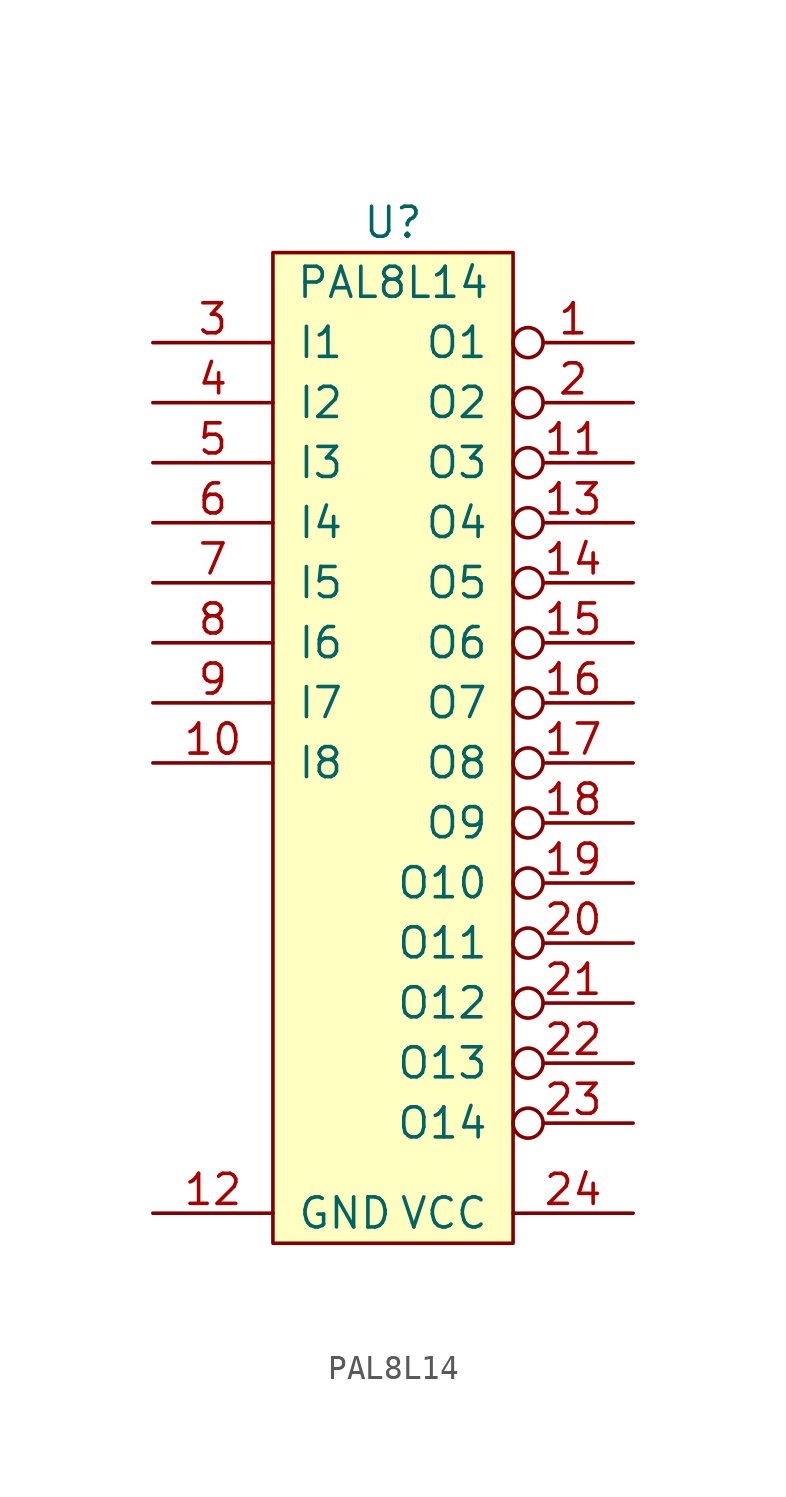
<source format=kicad_sym>
(kicad_symbol_lib
  (version 20231120)
  (generator "kicad_symbol_editor")
  (generator_version "8.0")
  (symbol "PAL8L14"
    (pin_names
      (offset 1.016))
    (property "Reference" "U"
      (at 0 1.27 0)
      (effects (font (size 1.27 1.27))))
    (property "Value" "PAL8L14"
      (at 0 -1.27 0)
      (effects (font (size 1.27 1.27))))
    (symbol "PAL8L14_0_1"
      (rectangle (start -5.08 0) (end 5.08 -41.91) (stroke (width 0) (type solid)) (fill (type background))))
    (symbol "PAL8L14_1_1"
      (pin output inverted (at 10.16 -3.81 180) (length 5.08) (name "O1" (effects (font (size 1.27 1.27)))) (number "1" (effects (font (size 1.27 1.27)))))
      (pin input line (at -10.16 -21.59 0) (length 5.08) (name "I8" (effects (font (size 1.27 1.27)))) (number "10" (effects (font (size 1.27 1.27)))))
      (pin output inverted (at 10.16 -8.89 180) (length 5.08) (name "O3" (effects (font (size 1.27 1.27)))) (number "11" (effects (font (size 1.27 1.27)))))
      (pin power_in line (at -10.16 -40.64 0) (length 5.08) (name "GND" (effects (font (size 1.27 1.27)))) (number "12" (effects (font (size 1.27 1.27)))))
      (pin output inverted (at 10.16 -11.43 180) (length 5.08) (name "O4" (effects (font (size 1.27 1.27)))) (number "13" (effects (font (size 1.27 1.27)))))
      (pin output inverted (at 10.16 -13.97 180) (length 5.08) (name "O5" (effects (font (size 1.27 1.27)))) (number "14" (effects (font (size 1.27 1.27)))))
      (pin output inverted (at 10.16 -16.51 180) (length 5.08) (name "O6" (effects (font (size 1.27 1.27)))) (number "15" (effects (font (size 1.27 1.27)))))
      (pin output inverted (at 10.16 -19.05 180) (length 5.08) (name "O7" (effects (font (size 1.27 1.27)))) (number "16" (effects (font (size 1.27 1.27)))))
      (pin output inverted (at 10.16 -21.59 180) (length 5.08) (name "O8" (effects (font (size 1.27 1.27)))) (number "17" (effects (font (size 1.27 1.27)))))
      (pin output inverted (at 10.16 -24.13 180) (length 5.08) (name "O9" (effects (font (size 1.27 1.27)))) (number "18" (effects (font (size 1.27 1.27)))))
      (pin output inverted (at 10.16 -26.67 180) (length 5.08) (name "O10" (effects (font (size 1.27 1.27)))) (number "19" (effects (font (size 1.27 1.27)))))
      (pin output inverted (at 10.16 -6.35 180) (length 5.08) (name "O2" (effects (font (size 1.27 1.27)))) (number "2" (effects (font (size 1.27 1.27)))))
      (pin output inverted (at 10.16 -29.21 180) (length 5.08) (name "O11" (effects (font (size 1.27 1.27)))) (number "20" (effects (font (size 1.27 1.27)))))
      (pin output inverted (at 10.16 -31.75 180) (length 5.08) (name "O12" (effects (font (size 1.27 1.27)))) (number "21" (effects (font (size 1.27 1.27)))))
      (pin output inverted (at 10.16 -34.29 180) (length 5.08) (name "O13" (effects (font (size 1.27 1.27)))) (number "22" (effects (font (size 1.27 1.27)))))
      (pin output inverted (at 10.16 -36.83 180) (length 5.08) (name "O14" (effects (font (size 1.27 1.27)))) (number "23" (effects (font (size 1.27 1.27)))))
      (pin power_in line (at 10.16 -40.64 180) (length 5.08) (name "VCC" (effects (font (size 1.27 1.27)))) (number "24" (effects (font (size 1.27 1.27)))))
      (pin input line (at -10.16 -3.81 0) (length 5.08) (name "I1" (effects (font (size 1.27 1.27)))) (number "3" (effects (font (size 1.27 1.27)))))
      (pin input line (at -10.16 -6.35 0) (length 5.08) (name "I2" (effects (font (size 1.27 1.27)))) (number "4" (effects (font (size 1.27 1.27)))))
      (pin input line (at -10.16 -8.89 0) (length 5.08) (name "I3" (effects (font (size 1.27 1.27)))) (number "5" (effects (font (size 1.27 1.27)))))
      (pin input line (at -10.16 -11.43 0) (length 5.08) (name "I4" (effects (font (size 1.27 1.27)))) (number "6" (effects (font (size 1.27 1.27)))))
      (pin input line (at -10.16 -13.97 0) (length 5.08) (name "I5" (effects (font (size 1.27 1.27)))) (number "7" (effects (font (size 1.27 1.27)))))
      (pin input line (at -10.16 -16.51 0) (length 5.08) (name "I6" (effects (font (size 1.27 1.27)))) (number "8" (effects (font (size 1.27 1.27)))))
      (pin input line (at -10.16 -19.05 0) (length 5.08) (name "I7" (effects (font (size 1.27 1.27)))) (number "9" (effects (font (size 1.27 1.27))))))))
</source>
